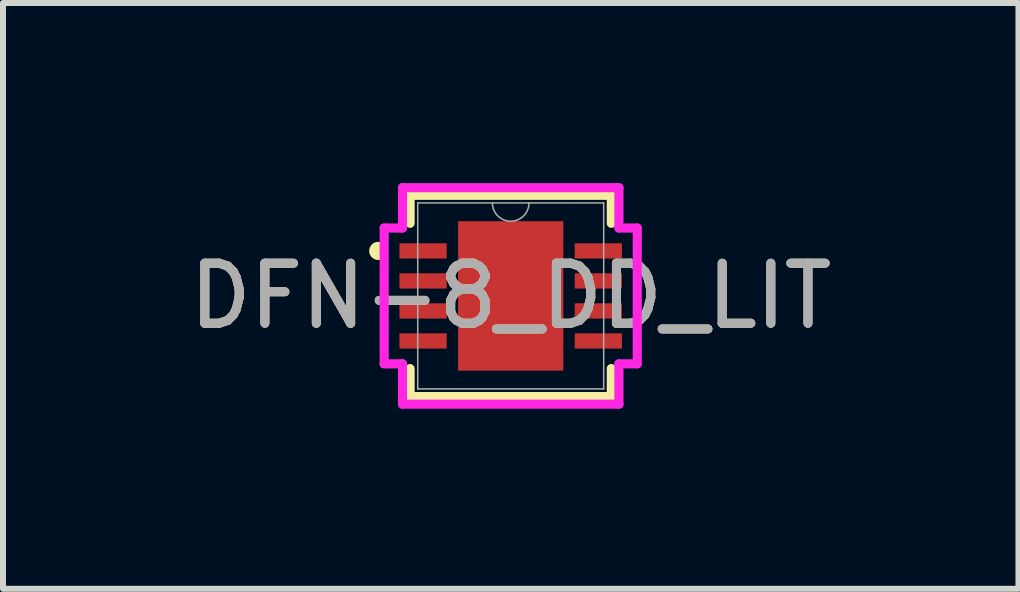
<source format=kicad_pcb>
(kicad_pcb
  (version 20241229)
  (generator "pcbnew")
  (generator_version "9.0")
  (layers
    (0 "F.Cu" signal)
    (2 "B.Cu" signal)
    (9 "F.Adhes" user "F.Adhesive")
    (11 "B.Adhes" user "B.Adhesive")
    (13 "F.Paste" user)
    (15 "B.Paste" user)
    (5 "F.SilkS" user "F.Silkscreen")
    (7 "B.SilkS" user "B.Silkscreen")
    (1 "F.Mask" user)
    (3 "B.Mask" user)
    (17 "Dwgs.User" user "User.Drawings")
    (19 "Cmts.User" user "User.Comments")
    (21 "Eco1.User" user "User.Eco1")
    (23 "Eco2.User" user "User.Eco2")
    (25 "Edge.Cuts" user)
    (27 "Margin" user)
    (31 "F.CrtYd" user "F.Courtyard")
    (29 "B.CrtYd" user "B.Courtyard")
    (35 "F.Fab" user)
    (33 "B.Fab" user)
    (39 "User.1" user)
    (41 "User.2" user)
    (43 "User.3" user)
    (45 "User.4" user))
  (footprint "DFN-8_DD_LIT"
    (layer "F.Cu")
    (at 5.458 1.88)
    (property "Reference" "DFN-8_DD_LIT" (at 0 0 0) (unlocked yes) (layer "F.SilkS") (effects (font (size 1 1) (thickness 0.15))))
    (attr smd)
    (fp_line (start -1.676 -1.676) (end -1.676 -1.21) (stroke (width 0.152) (type solid)) (layer "F.SilkS"))
    (fp_line (start -1.676 1.21) (end -1.676 1.676) (stroke (width 0.152) (type solid)) (layer "F.SilkS"))
    (fp_line (start -1.676 1.676) (end 1.676 1.676) (stroke (width 0.152) (type solid)) (layer "F.SilkS"))
    (fp_line (start 1.676 -1.676) (end -1.676 -1.676) (stroke (width 0.152) (type solid)) (layer "F.SilkS"))
    (fp_line (start 1.676 -1.21) (end 1.676 -1.676) (stroke (width 0.152) (type solid)) (layer "F.SilkS"))
    (fp_line (start 1.676 1.676) (end 1.676 1.21) (stroke (width 0.152) (type solid)) (layer "F.SilkS"))
    (fp_arc (start -2.18694 -0.676171) (mid -2.282 -0.75) (end -2.18694 -0.823829) (stroke (width 0.1524) (type solid)) (layer "F.SilkS"))
    (fp_line (start -2.108 -1.131) (end -1.803 -1.131) (stroke (width 0.152) (type solid)) (layer "F.CrtYd"))
    (fp_line (start -2.108 1.131) (end -2.108 -1.131) (stroke (width 0.152) (type solid)) (layer "F.CrtYd"))
    (fp_line (start -2.108 1.131) (end -1.803 1.131) (stroke (width 0.152) (type solid)) (layer "F.CrtYd"))
    (fp_line (start -1.803 -1.803) (end 1.803 -1.803) (stroke (width 0.152) (type solid)) (layer "F.CrtYd"))
    (fp_line (start -1.803 -1.131) (end -1.803 -1.803) (stroke (width 0.152) (type solid)) (layer "F.CrtYd"))
    (fp_line (start -1.803 1.803) (end -1.803 1.131) (stroke (width 0.152) (type solid)) (layer "F.CrtYd"))
    (fp_line (start 1.803 -1.803) (end 1.803 -1.131) (stroke (width 0.152) (type solid)) (layer "F.CrtYd"))
    (fp_line (start 1.803 1.131) (end 1.803 1.803) (stroke (width 0.152) (type solid)) (layer "F.CrtYd"))
    (fp_line (start 1.803 1.803) (end -1.803 1.803) (stroke (width 0.152) (type solid)) (layer "F.CrtYd"))
    (fp_line (start 2.108 -1.131) (end 1.803 -1.131) (stroke (width 0.152) (type solid)) (layer "F.CrtYd"))
    (fp_line (start 2.108 -1.131) (end 2.108 1.131) (stroke (width 0.152) (type solid)) (layer "F.CrtYd"))
    (fp_line (start 2.108 1.131) (end 1.803 1.131) (stroke (width 0.152) (type solid)) (layer "F.CrtYd"))
    (fp_line (start -1.549 -1.549) (end -1.549 1.549) (stroke (width 0.025) (type solid)) (layer "F.Fab"))
    (fp_line (start -1.549 1.549) (end 1.549 1.549) (stroke (width 0.025) (type solid)) (layer "F.Fab"))
    (fp_line (start 1.549 -1.549) (end -1.549 -1.549) (stroke (width 0.025) (type solid)) (layer "F.Fab"))
    (fp_line (start 1.549 1.549) (end 1.549 -1.549) (stroke (width 0.025) (type solid)) (layer "F.Fab"))
    (fp_arc (start 0.3048 -1.5494) (mid 0 -1.2446) (end -0.3048 -1.5494) (stroke (width 0.0254) (type solid)) (layer "F.Fab"))
    (fp_text user "${REFERENCE}" (at 0 0 0) (unlocked yes) (layer "F.Fab") (effects (font (size 1 1) (thickness 0.15))))
    (pad "1" smd rect (at -1.46 -0.75) (size 0.787 0.254) (layers "F.Cu" "F.Mask" "F.Paste"))
    (pad "2" smd rect (at -1.46 -0.25) (size 0.787 0.254) (layers "F.Cu" "F.Mask" "F.Paste"))
    (pad "3" smd rect (at -1.46 0.25) (size 0.787 0.254) (layers "F.Cu" "F.Mask" "F.Paste"))
    (pad "4" smd rect (at -1.46 0.75) (size 0.787 0.254) (layers "F.Cu" "F.Mask" "F.Paste"))
    (pad "5" smd rect (at 1.46 0.75) (size 0.787 0.254) (layers "F.Cu" "F.Mask" "F.Paste"))
    (pad "6" smd rect (at 1.46 0.25) (size 0.787 0.254) (layers "F.Cu" "F.Mask" "F.Paste"))
    (pad "7" smd rect (at 1.46 -0.25) (size 0.787 0.254) (layers "F.Cu" "F.Mask" "F.Paste"))
    (pad "8" smd rect (at 1.46 -0.75) (size 0.787 0.254) (layers "F.Cu" "F.Mask" "F.Paste"))
    (pad "9" smd rect (at 0 0) (size 1.753 2.489) (layers "F.Cu" "F.Mask" "F.Paste")))
  (gr_rect
    (start -3 -3)
    (end 13.917 6.759)
    (stroke (width 0.1) (type default))
    (fill no)
    (layer "Edge.Cuts")))
</source>
